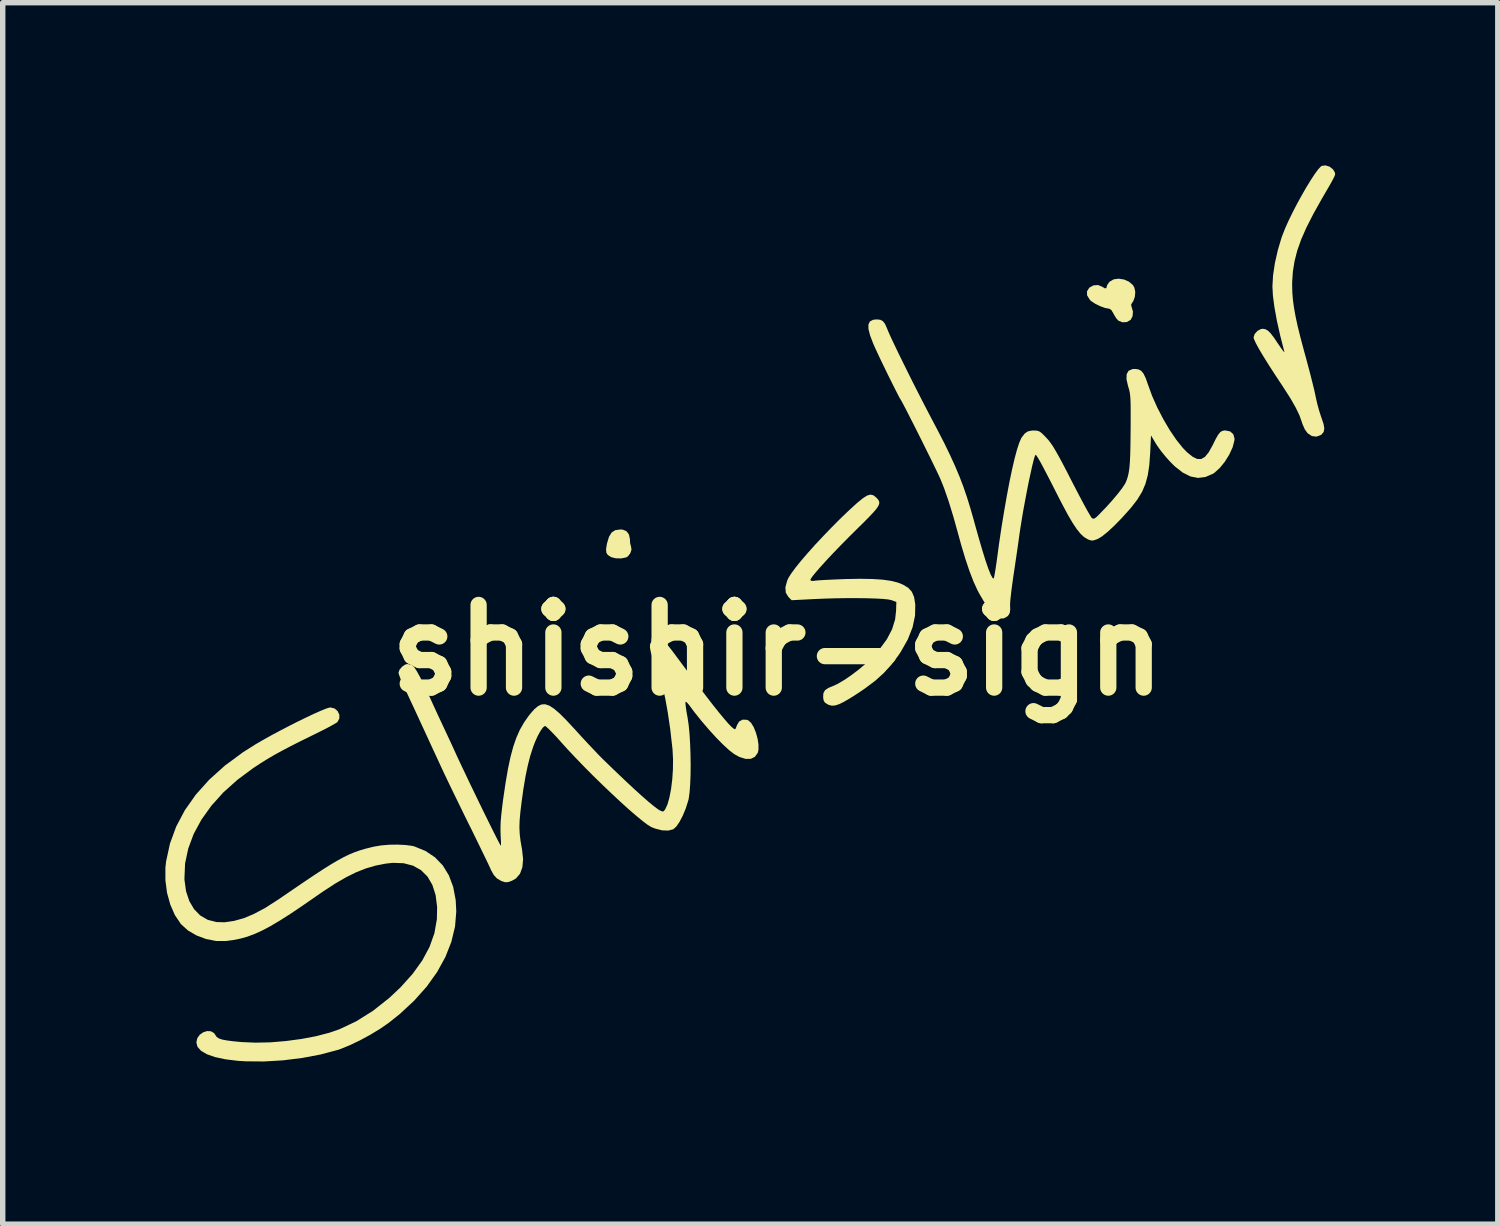
<source format=kicad_pcb>
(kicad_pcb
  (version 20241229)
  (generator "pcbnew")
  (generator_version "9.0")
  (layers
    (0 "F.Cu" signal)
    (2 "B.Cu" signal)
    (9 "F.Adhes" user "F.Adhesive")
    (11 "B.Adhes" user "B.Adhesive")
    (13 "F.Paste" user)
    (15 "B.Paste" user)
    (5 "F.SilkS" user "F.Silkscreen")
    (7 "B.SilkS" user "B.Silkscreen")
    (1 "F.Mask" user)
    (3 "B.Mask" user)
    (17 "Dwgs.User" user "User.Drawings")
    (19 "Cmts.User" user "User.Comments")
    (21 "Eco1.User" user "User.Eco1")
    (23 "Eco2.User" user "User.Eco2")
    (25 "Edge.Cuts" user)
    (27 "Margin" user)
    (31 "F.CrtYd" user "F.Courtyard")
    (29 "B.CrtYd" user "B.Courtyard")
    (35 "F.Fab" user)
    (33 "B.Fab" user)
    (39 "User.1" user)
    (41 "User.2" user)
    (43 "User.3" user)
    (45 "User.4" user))
  (footprint "shishir-sign"
    (layer "F.Cu")
    (at 11.291 8.94)
    (property "Reference" "shishir-sign" (at 0 0 0) (layer "F.SilkS") (effects (font (size 1.524 1.524) (thickness 0.3))))
    (attr board_only exclude_from_pos_files exclude_from_bom)
    (fp_poly (pts (xy -2.86 -2.224) (xy -2.79 -2.196) (xy -2.743 -2.134) (xy -2.725 -2.05) (xy -2.725 -2.044) (xy -2.721 -1.974) (xy -2.707 -1.919) (xy -2.705 -1.914) (xy -2.696 -1.855) (xy -2.718 -1.788) (xy -2.761 -1.732) (xy -2.795 -1.711) (xy -2.883 -1.693) (xy -2.981 -1.694) (xy -3.065 -1.714) (xy -3.077 -1.72) (xy -3.132 -1.755) (xy -3.16 -1.799) (xy -3.165 -1.863) (xy -3.15 -1.958) (xy -3.147 -1.971) (xy -3.111 -2.091) (xy -3.063 -2.17) (xy -2.997 -2.213) (xy -2.907 -2.226)) (stroke (width 0) (type solid)) (fill yes) (layer "F.SilkS"))
    (fp_poly (pts (xy 6.385 -6.836) (xy 6.476 -6.797) (xy 6.548 -6.736) (xy 6.577 -6.688) (xy 6.594 -6.605) (xy 6.585 -6.513) (xy 6.556 -6.434) (xy 6.54 -6.413) (xy 6.516 -6.369) (xy 6.528 -6.325) (xy 6.551 -6.244) (xy 6.544 -6.16) (xy 6.509 -6.092) (xy 6.506 -6.09) (xy 6.438 -6.051) (xy 6.357 -6.047) (xy 6.284 -6.076) (xy 6.245 -6.118) (xy 6.205 -6.182) (xy 6.194 -6.204) (xy 6.155 -6.27) (xy 6.115 -6.298) (xy 6.11 -6.298) (xy 6.036 -6.311) (xy 5.944 -6.345) (xy 5.853 -6.39) (xy 5.779 -6.439) (xy 5.755 -6.463) (xy 5.706 -6.543) (xy 5.703 -6.616) (xy 5.745 -6.683) (xy 5.749 -6.687) (xy 5.823 -6.728) (xy 5.907 -6.734) (xy 5.983 -6.703) (xy 5.984 -6.702) (xy 6.035 -6.672) (xy 6.062 -6.679) (xy 6.066 -6.704) (xy 6.082 -6.744) (xy 6.119 -6.793) (xy 6.123 -6.797) (xy 6.196 -6.839) (xy 6.287 -6.851)) (stroke (width 0) (type solid)) (fill yes) (layer "F.SilkS"))
    (fp_poly (pts (xy 10.178 -8.916) (xy 10.24 -8.867) (xy 10.262 -8.832) (xy 10.272 -8.812) (xy 10.278 -8.795) (xy 10.279 -8.775) (xy 10.271 -8.748) (xy 10.252 -8.707) (xy 10.22 -8.647) (xy 10.173 -8.563) (xy 10.107 -8.45) (xy 10.027 -8.312) (xy 9.875 -8.04) (xy 9.751 -7.797) (xy 9.654 -7.576) (xy 9.581 -7.37) (xy 9.531 -7.174) (xy 9.5 -6.981) (xy 9.487 -6.785) (xy 9.487 -6.726) (xy 9.49 -6.595) (xy 9.501 -6.46) (xy 9.521 -6.315) (xy 9.55 -6.153) (xy 9.59 -5.968) (xy 9.643 -5.755) (xy 9.709 -5.507) (xy 9.737 -5.406) (xy 9.781 -5.242) (xy 9.824 -5.08) (xy 9.862 -4.928) (xy 9.894 -4.798) (xy 9.916 -4.698) (xy 9.922 -4.667) (xy 9.949 -4.546) (xy 9.985 -4.415) (xy 10.022 -4.301) (xy 10.027 -4.287) (xy 10.066 -4.171) (xy 10.08 -4.087) (xy 10.068 -4.025) (xy 10.03 -3.979) (xy 10.018 -3.97) (xy 9.935 -3.938) (xy 9.85 -3.949) (xy 9.771 -4.002) (xy 9.72 -4.073) (xy 9.677 -4.17) (xy 9.666 -4.205) (xy 9.621 -4.332) (xy 9.551 -4.477) (xy 9.455 -4.645) (xy 9.329 -4.841) (xy 9.323 -4.851) (xy 9.182 -5.064) (xy 9.059 -5.254) (xy 8.956 -5.419) (xy 8.875 -5.555) (xy 8.817 -5.662) (xy 8.784 -5.735) (xy 8.775 -5.768) (xy 8.796 -5.831) (xy 8.846 -5.887) (xy 8.91 -5.922) (xy 8.942 -5.927) (xy 8.991 -5.92) (xy 9.037 -5.895) (xy 9.088 -5.846) (xy 9.149 -5.767) (xy 9.217 -5.666) (xy 9.272 -5.585) (xy 9.314 -5.527) (xy 9.339 -5.497) (xy 9.344 -5.499) (xy 9.267 -5.8) (xy 9.205 -6.077) (xy 9.16 -6.325) (xy 9.132 -6.539) (xy 9.123 -6.71) (xy 9.135 -6.914) (xy 9.169 -7.141) (xy 9.223 -7.379) (xy 9.293 -7.613) (xy 9.311 -7.661) (xy 9.36 -7.785) (xy 9.423 -7.925) (xy 9.497 -8.077) (xy 9.578 -8.233) (xy 9.663 -8.387) (xy 9.747 -8.534) (xy 9.828 -8.666) (xy 9.902 -8.779) (xy 9.965 -8.865) (xy 10.014 -8.918) (xy 10.032 -8.931) (xy 10.103 -8.94)) (stroke (width 0) (type solid)) (fill yes) (layer "F.SilkS"))
    (fp_poly (pts (xy 1.764 -2.857) (xy 1.816 -2.816) (xy 1.819 -2.814) (xy 1.851 -2.779) (xy 1.87 -2.746) (xy 1.874 -2.71) (xy 1.86 -2.668) (xy 1.826 -2.614) (xy 1.768 -2.545) (xy 1.684 -2.456) (xy 1.572 -2.343) (xy 1.456 -2.229) (xy 1.307 -2.081) (xy 1.162 -1.934) (xy 1.027 -1.794) (xy 0.904 -1.663) (xy 0.797 -1.545) (xy 0.71 -1.446) (xy 0.646 -1.368) (xy 0.61 -1.315) (xy 0.602 -1.296) (xy 0.618 -1.278) (xy 0.671 -1.279) (xy 0.689 -1.282) (xy 0.738 -1.287) (xy 0.826 -1.293) (xy 0.942 -1.299) (xy 1.078 -1.305) (xy 1.227 -1.311) (xy 1.251 -1.312) (xy 1.518 -1.317) (xy 1.744 -1.313) (xy 1.932 -1.301) (xy 2.088 -1.279) (xy 2.216 -1.247) (xy 2.31 -1.209) (xy 2.408 -1.15) (xy 2.474 -1.077) (xy 2.515 -0.981) (xy 2.536 -0.851) (xy 2.537 -0.843) (xy 2.533 -0.638) (xy 2.487 -0.422) (xy 2.399 -0.198) (xy 2.27 0.029) (xy 2.224 0.098) (xy 2.095 0.269) (xy 1.956 0.421) (xy 1.8 0.562) (xy 1.614 0.702) (xy 1.482 0.792) (xy 1.336 0.885) (xy 1.221 0.952) (xy 1.131 0.996) (xy 1.059 1.019) (xy 1 1.023) (xy 0.946 1.01) (xy 0.922 0.999) (xy 0.87 0.966) (xy 0.846 0.923) (xy 0.838 0.867) (xy 0.843 0.792) (xy 0.873 0.737) (xy 0.938 0.694) (xy 1.007 0.666) (xy 1.106 0.621) (xy 1.228 0.549) (xy 1.361 0.458) (xy 1.497 0.355) (xy 1.625 0.246) (xy 1.694 0.18) (xy 1.875 -0.015) (xy 2.013 -0.202) (xy 2.109 -0.385) (xy 2.165 -0.566) (xy 2.183 -0.724) (xy 2.188 -0.89) (xy 2.095 -0.924) (xy 2.037 -0.936) (xy 1.939 -0.946) (xy 1.807 -0.953) (xy 1.647 -0.958) (xy 1.466 -0.96) (xy 1.269 -0.96) (xy 1.063 -0.957) (xy 0.855 -0.951) (xy 0.649 -0.942) (xy 0.632 -0.941) (xy 0.257 -0.922) (xy 0.198 -0.981) (xy 0.149 -1.061) (xy 0.142 -1.161) (xy 0.175 -1.282) (xy 0.199 -1.335) (xy 0.249 -1.414) (xy 0.327 -1.52) (xy 0.43 -1.648) (xy 0.553 -1.791) (xy 0.691 -1.945) (xy 0.84 -2.104) (xy 0.994 -2.264) (xy 1.149 -2.42) (xy 1.3 -2.565) (xy 1.443 -2.696) (xy 1.472 -2.722) (xy 1.572 -2.803) (xy 1.649 -2.852) (xy 1.711 -2.869)) (stroke (width 0) (type solid)) (fill yes) (layer "F.SilkS"))
    (fp_poly (pts (xy -8.172 1.074) (xy -8.116 1.122) (xy -8.084 1.187) (xy -8.083 1.258) (xy -8.117 1.322) (xy -8.125 1.33) (xy -8.16 1.352) (xy -8.229 1.391) (xy -8.324 1.442) (xy -8.439 1.5) (xy -8.562 1.561) (xy -8.786 1.671) (xy -8.976 1.767) (xy -9.138 1.852) (xy -9.28 1.93) (xy -9.41 2.006) (xy -9.535 2.084) (xy -9.664 2.169) (xy -9.668 2.171) (xy -9.963 2.39) (xy -10.223 2.623) (xy -10.444 2.869) (xy -10.627 3.125) (xy -10.77 3.389) (xy -10.87 3.659) (xy -10.928 3.932) (xy -10.94 4.206) (xy -10.939 4.237) (xy -10.91 4.446) (xy -10.85 4.626) (xy -10.762 4.776) (xy -10.648 4.892) (xy -10.51 4.972) (xy -10.35 5.013) (xy -10.199 5.017) (xy -10.022 4.991) (xy -9.843 4.941) (xy -9.656 4.862) (xy -9.453 4.754) (xy -9.23 4.611) (xy -9.192 4.586) (xy -8.941 4.414) (xy -8.723 4.266) (xy -8.535 4.14) (xy -8.373 4.034) (xy -8.232 3.946) (xy -8.109 3.874) (xy -8 3.814) (xy -7.9 3.766) (xy -7.806 3.727) (xy -7.713 3.694) (xy -7.617 3.665) (xy -7.515 3.639) (xy -7.444 3.622) (xy -7.314 3.6) (xy -7.165 3.587) (xy -7.01 3.585) (xy -6.864 3.592) (xy -6.742 3.608) (xy -6.701 3.618) (xy -6.495 3.702) (xy -6.319 3.82) (xy -6.175 3.97) (xy -6.063 4.153) (xy -5.984 4.365) (xy -5.938 4.606) (xy -5.927 4.817) (xy -5.95 5.097) (xy -6.018 5.378) (xy -6.128 5.658) (xy -6.28 5.934) (xy -6.472 6.203) (xy -6.703 6.462) (xy -6.97 6.71) (xy -7.175 6.873) (xy -7.334 6.983) (xy -7.516 7.093) (xy -7.706 7.196) (xy -7.893 7.285) (xy -8.062 7.354) (xy -8.116 7.372) (xy -8.428 7.455) (xy -8.767 7.519) (xy -9.121 7.563) (xy -9.473 7.584) (xy -9.809 7.581) (xy -9.956 7.572) (xy -10.185 7.544) (xy -10.375 7.503) (xy -10.525 7.451) (xy -10.633 7.388) (xy -10.699 7.314) (xy -10.72 7.232) (xy -10.703 7.154) (xy -10.657 7.091) (xy -10.593 7.046) (xy -10.521 7.023) (xy -10.451 7.027) (xy -10.393 7.061) (xy -10.369 7.097) (xy -10.346 7.131) (xy -10.307 7.158) (xy -10.247 7.179) (xy -10.159 7.196) (xy -10.036 7.212) (xy -9.887 7.226) (xy -9.63 7.237) (xy -9.353 7.231) (xy -9.067 7.207) (xy -8.783 7.169) (xy -8.513 7.118) (xy -8.267 7.054) (xy -8.087 6.992) (xy -7.773 6.844) (xy -7.465 6.651) (xy -7.167 6.416) (xy -6.957 6.219) (xy -6.733 5.97) (xy -6.554 5.721) (xy -6.42 5.471) (xy -6.33 5.218) (xy -6.285 4.961) (xy -6.28 4.737) (xy -6.308 4.516) (xy -6.368 4.328) (xy -6.458 4.174) (xy -6.577 4.056) (xy -6.725 3.973) (xy -6.899 3.928) (xy -7.099 3.921) (xy -7.232 3.936) (xy -7.415 3.972) (xy -7.593 4.024) (xy -7.771 4.094) (xy -7.957 4.186) (xy -8.159 4.303) (xy -8.382 4.448) (xy -8.509 4.536) (xy -8.762 4.711) (xy -8.983 4.86) (xy -9.178 4.984) (xy -9.35 5.086) (xy -9.505 5.168) (xy -9.647 5.233) (xy -9.781 5.283) (xy -9.911 5.319) (xy -10.043 5.345) (xy -10.177 5.363) (xy -10.357 5.362) (xy -10.541 5.326) (xy -10.717 5.26) (xy -10.874 5.169) (xy -10.999 5.056) (xy -11.006 5.048) (xy -11.116 4.885) (xy -11.201 4.69) (xy -11.261 4.473) (xy -11.291 4.243) (xy -11.291 4.01) (xy -11.278 3.894) (xy -11.207 3.567) (xy -11.092 3.252) (xy -10.932 2.95) (xy -10.729 2.662) (xy -10.483 2.388) (xy -10.194 2.128) (xy -9.862 1.883) (xy -9.633 1.738) (xy -9.494 1.657) (xy -9.34 1.571) (xy -9.177 1.484) (xy -9.01 1.397) (xy -8.846 1.314) (xy -8.69 1.238) (xy -8.548 1.171) (xy -8.426 1.117) (xy -8.33 1.078) (xy -8.265 1.058) (xy -8.248 1.056)) (stroke (width 0) (type solid)) (fill yes) (layer "F.SilkS"))
    (fp_poly (pts (xy -2.154 -0.202) (xy -2.088 -0.166) (xy -2.087 -0.166) (xy -2.057 -0.131) (xy -2.007 -0.067) (xy -1.943 0.015) (xy -1.875 0.106) (xy -1.667 0.386) (xy -1.484 0.63) (xy -1.326 0.839) (xy -1.19 1.015) (xy -1.075 1.159) (xy -0.981 1.272) (xy -0.906 1.358) (xy -0.849 1.416) (xy -0.809 1.449) (xy -0.786 1.458) (xy -0.772 1.439) (xy -0.754 1.391) (xy -0.752 1.384) (xy -0.71 1.314) (xy -0.645 1.28) (xy -0.566 1.284) (xy -0.544 1.293) (xy -0.492 1.338) (xy -0.443 1.417) (xy -0.402 1.519) (xy -0.371 1.631) (xy -0.354 1.742) (xy -0.355 1.839) (xy -0.368 1.893) (xy -0.42 1.966) (xy -0.496 2.003) (xy -0.593 2.004) (xy -0.705 1.969) (xy -0.801 1.916) (xy -0.895 1.844) (xy -1.008 1.74) (xy -1.135 1.611) (xy -1.27 1.463) (xy -1.407 1.303) (xy -1.539 1.138) (xy -1.636 1.007) (xy -1.672 0.966) (xy -1.697 0.95) (xy -1.7 0.951) (xy -1.701 0.978) (xy -1.695 1.041) (xy -1.682 1.131) (xy -1.663 1.238) (xy -1.662 1.241) (xy -1.642 1.377) (xy -1.626 1.541) (xy -1.615 1.725) (xy -1.608 1.918) (xy -1.605 2.114) (xy -1.607 2.303) (xy -1.614 2.475) (xy -1.625 2.623) (xy -1.641 2.738) (xy -1.651 2.778) (xy -1.696 2.92) (xy -1.751 3.052) (xy -1.81 3.165) (xy -1.869 3.251) (xy -1.923 3.3) (xy -1.926 3.302) (xy -2.017 3.326) (xy -2.131 3.322) (xy -2.257 3.29) (xy -2.331 3.261) (xy -2.398 3.22) (xy -2.492 3.149) (xy -2.61 3.052) (xy -2.747 2.934) (xy -2.898 2.797) (xy -3.06 2.646) (xy -3.228 2.486) (xy -3.399 2.319) (xy -3.567 2.15) (xy -3.729 1.982) (xy -3.881 1.821) (xy -3.994 1.695) (xy -4.083 1.596) (xy -4.163 1.512) (xy -4.228 1.447) (xy -4.274 1.406) (xy -4.292 1.396) (xy -4.331 1.427) (xy -4.378 1.495) (xy -4.429 1.589) (xy -4.48 1.704) (xy -4.51 1.784) (xy -4.563 1.949) (xy -4.609 2.128) (xy -4.651 2.33) (xy -4.69 2.563) (xy -4.724 2.81) (xy -4.746 2.992) (xy -4.759 3.141) (xy -4.763 3.27) (xy -4.757 3.392) (xy -4.742 3.518) (xy -4.717 3.662) (xy -4.714 3.677) (xy -4.695 3.853) (xy -4.708 4.002) (xy -4.752 4.122) (xy -4.828 4.21) (xy -4.9 4.251) (xy -4.97 4.276) (xy -5.025 4.279) (xy -5.088 4.259) (xy -5.105 4.251) (xy -5.178 4.208) (xy -5.235 4.146) (xy -5.287 4.053) (xy -5.303 4.016) (xy -5.325 3.968) (xy -5.365 3.884) (xy -5.42 3.771) (xy -5.487 3.633) (xy -5.563 3.477) (xy -5.645 3.309) (xy -5.702 3.195) (xy -5.794 3.008) (xy -5.887 2.817) (xy -5.978 2.631) (xy -6.062 2.457) (xy -6.135 2.304) (xy -6.193 2.181) (xy -6.211 2.142) (xy -6.276 2.001) (xy -6.354 1.833) (xy -6.436 1.655) (xy -6.515 1.483) (xy -6.564 1.378) (xy -6.633 1.228) (xy -6.705 1.072) (xy -6.775 0.923) (xy -6.835 0.793) (xy -6.874 0.71) (xy -6.921 0.608) (xy -6.959 0.518) (xy -6.984 0.449) (xy -6.993 0.414) (xy -6.974 0.36) (xy -6.927 0.305) (xy -6.87 0.265) (xy -6.83 0.255) (xy -6.768 0.266) (xy -6.736 0.279) (xy -6.702 0.314) (xy -6.653 0.39) (xy -6.59 0.505) (xy -6.514 0.658) (xy -6.426 0.846) (xy -6.383 0.94) (xy -6.327 1.062) (xy -6.262 1.204) (xy -6.196 1.345) (xy -6.159 1.424) (xy -6.099 1.552) (xy -6.033 1.693) (xy -5.972 1.826) (xy -5.939 1.899) (xy -5.889 2.007) (xy -5.827 2.139) (xy -5.756 2.288) (xy -5.679 2.451) (xy -5.597 2.62) (xy -5.514 2.792) (xy -5.432 2.961) (xy -5.353 3.121) (xy -5.281 3.267) (xy -5.218 3.393) (xy -5.166 3.496) (xy -5.128 3.568) (xy -5.107 3.605) (xy -5.105 3.608) (xy -5.103 3.591) (xy -5.103 3.536) (xy -5.107 3.455) (xy -5.11 3.4) (xy -5.112 3.292) (xy -5.109 3.172) (xy -5.097 3.032) (xy -5.077 2.861) (xy -5.062 2.744) (xy -5.018 2.446) (xy -4.974 2.189) (xy -4.927 1.968) (xy -4.876 1.778) (xy -4.819 1.613) (xy -4.754 1.467) (xy -4.68 1.337) (xy -4.596 1.216) (xy -4.558 1.168) (xy -4.486 1.087) (xy -4.419 1.031) (xy -4.354 1) (xy -4.286 0.997) (xy -4.21 1.023) (xy -4.124 1.079) (xy -4.022 1.166) (xy -3.9 1.288) (xy -3.755 1.444) (xy -3.731 1.47) (xy -3.619 1.593) (xy -3.506 1.715) (xy -3.399 1.828) (xy -3.307 1.925) (xy -3.236 1.997) (xy -3.23 2.003) (xy -3.024 2.203) (xy -2.833 2.385) (xy -2.661 2.546) (xy -2.509 2.684) (xy -2.381 2.796) (xy -2.278 2.881) (xy -2.203 2.936) (xy -2.177 2.952) (xy -2.129 2.974) (xy -2.101 2.969) (xy -2.075 2.935) (xy -2.032 2.843) (xy -1.996 2.714) (xy -1.966 2.557) (xy -1.944 2.381) (xy -1.932 2.197) (xy -1.93 2.012) (xy -1.939 1.836) (xy -1.942 1.805) (xy -1.982 1.455) (xy -2.027 1.149) (xy -2.075 0.882) (xy -2.128 0.651) (xy -2.186 0.453) (xy -2.239 0.313) (xy -2.3 0.159) (xy -2.339 0.04) (xy -2.356 -0.049) (xy -2.353 -0.112) (xy -2.33 -0.156) (xy -2.312 -0.171) (xy -2.234 -0.203)) (stroke (width 0) (type solid)) (fill yes) (layer "F.SilkS"))
    (fp_poly (pts (xy 1.892 -6.093) (xy 1.94 -6.068) (xy 1.98 -6.015) (xy 2.019 -5.927) (xy 2.028 -5.904) (xy 2.054 -5.843) (xy 2.098 -5.746) (xy 2.158 -5.62) (xy 2.229 -5.472) (xy 2.31 -5.307) (xy 2.397 -5.131) (xy 2.487 -4.95) (xy 2.578 -4.771) (xy 2.665 -4.6) (xy 2.747 -4.442) (xy 2.806 -4.329) (xy 2.951 -4.053) (xy 3.076 -3.81) (xy 3.182 -3.591) (xy 3.273 -3.391) (xy 3.353 -3.201) (xy 3.424 -3.015) (xy 3.489 -2.825) (xy 3.551 -2.625) (xy 3.614 -2.406) (xy 3.624 -2.367) (xy 3.704 -2.082) (xy 3.774 -1.842) (xy 3.834 -1.648) (xy 3.886 -1.498) (xy 3.928 -1.394) (xy 3.961 -1.334) (xy 3.981 -1.32) (xy 3.989 -1.341) (xy 4.001 -1.401) (xy 4.016 -1.489) (xy 4.032 -1.599) (xy 4.038 -1.638) (xy 4.082 -1.965) (xy 4.129 -2.279) (xy 4.178 -2.577) (xy 4.227 -2.855) (xy 4.275 -3.11) (xy 4.323 -3.338) (xy 4.369 -3.536) (xy 4.413 -3.699) (xy 4.454 -3.825) (xy 4.491 -3.909) (xy 4.501 -3.925) (xy 4.557 -3.997) (xy 4.613 -4.035) (xy 4.685 -4.05) (xy 4.723 -4.051) (xy 4.777 -4.049) (xy 4.82 -4.037) (xy 4.863 -4.008) (xy 4.919 -3.954) (xy 4.954 -3.917) (xy 4.995 -3.872) (xy 5.035 -3.819) (xy 5.079 -3.755) (xy 5.128 -3.672) (xy 5.187 -3.568) (xy 5.258 -3.436) (xy 5.344 -3.271) (xy 5.415 -3.131) (xy 5.499 -2.969) (xy 5.577 -2.82) (xy 5.647 -2.688) (xy 5.707 -2.579) (xy 5.753 -2.499) (xy 5.782 -2.451) (xy 5.789 -2.442) (xy 5.813 -2.425) (xy 5.838 -2.427) (xy 5.873 -2.451) (xy 5.928 -2.504) (xy 5.94 -2.517) (xy 6.063 -2.644) (xy 6.176 -2.77) (xy 6.274 -2.887) (xy 6.352 -2.988) (xy 6.404 -3.067) (xy 6.417 -3.092) (xy 6.441 -3.152) (xy 6.46 -3.215) (xy 6.475 -3.287) (xy 6.487 -3.374) (xy 6.495 -3.482) (xy 6.501 -3.616) (xy 6.505 -3.783) (xy 6.507 -3.989) (xy 6.508 -4.065) (xy 6.509 -4.257) (xy 6.509 -4.41) (xy 6.508 -4.528) (xy 6.505 -4.62) (xy 6.5 -4.691) (xy 6.493 -4.748) (xy 6.482 -4.797) (xy 6.469 -4.844) (xy 6.461 -4.869) (xy 6.432 -4.996) (xy 6.435 -5.09) (xy 6.47 -5.152) (xy 6.539 -5.183) (xy 6.584 -5.187) (xy 6.65 -5.179) (xy 6.702 -5.153) (xy 6.746 -5.1) (xy 6.787 -5.015) (xy 6.828 -4.899) (xy 6.904 -4.69) (xy 7 -4.474) (xy 7.11 -4.262) (xy 7.228 -4.061) (xy 7.35 -3.881) (xy 7.47 -3.731) (xy 7.549 -3.65) (xy 7.649 -3.569) (xy 7.734 -3.527) (xy 7.809 -3.525) (xy 7.879 -3.565) (xy 7.947 -3.648) (xy 8.018 -3.775) (xy 8.027 -3.793) (xy 8.081 -3.902) (xy 8.124 -3.976) (xy 8.161 -4.021) (xy 8.198 -4.044) (xy 8.241 -4.052) (xy 8.258 -4.052) (xy 8.345 -4.034) (xy 8.402 -3.982) (xy 8.424 -3.903) (xy 8.421 -3.864) (xy 8.389 -3.741) (xy 8.327 -3.607) (xy 8.245 -3.475) (xy 8.151 -3.359) (xy 8.054 -3.272) (xy 8.025 -3.253) (xy 7.888 -3.194) (xy 7.751 -3.177) (xy 7.612 -3.204) (xy 7.47 -3.275) (xy 7.323 -3.39) (xy 7.24 -3.472) (xy 7.155 -3.567) (xy 7.071 -3.67) (xy 7.001 -3.767) (xy 6.977 -3.805) (xy 6.884 -3.96) (xy 6.869 -3.641) (xy 6.853 -3.417) (xy 6.825 -3.229) (xy 6.781 -3.066) (xy 6.718 -2.919) (xy 6.632 -2.778) (xy 6.52 -2.633) (xy 6.488 -2.596) (xy 6.341 -2.433) (xy 6.205 -2.294) (xy 6.083 -2.181) (xy 5.981 -2.099) (xy 5.9 -2.051) (xy 5.89 -2.047) (xy 5.826 -2.025) (xy 5.78 -2.023) (xy 5.728 -2.041) (xy 5.707 -2.051) (xy 5.646 -2.089) (xy 5.583 -2.149) (xy 5.515 -2.233) (xy 5.439 -2.347) (xy 5.353 -2.493) (xy 5.255 -2.676) (xy 5.172 -2.836) (xy 5.062 -3.054) (xy 4.97 -3.232) (xy 4.896 -3.373) (xy 4.839 -3.479) (xy 4.797 -3.551) (xy 4.769 -3.592) (xy 4.755 -3.604) (xy 4.753 -3.603) (xy 4.739 -3.571) (xy 4.718 -3.499) (xy 4.692 -3.393) (xy 4.663 -3.261) (xy 4.63 -3.109) (xy 4.597 -2.942) (xy 4.564 -2.767) (xy 4.531 -2.59) (xy 4.502 -2.418) (xy 4.476 -2.257) (xy 4.457 -2.13) (xy 4.442 -2.02) (xy 4.422 -1.877) (xy 4.398 -1.715) (xy 4.373 -1.545) (xy 4.35 -1.393) (xy 4.329 -1.245) (xy 4.311 -1.108) (xy 4.297 -0.989) (xy 4.288 -0.898) (xy 4.285 -0.843) (xy 4.285 -0.838) (xy 4.288 -0.75) (xy 4.281 -0.693) (xy 4.261 -0.653) (xy 4.237 -0.625) (xy 4.17 -0.587) (xy 4.09 -0.583) (xy 4.019 -0.614) (xy 4.012 -0.619) (xy 3.95 -0.687) (xy 3.876 -0.786) (xy 3.798 -0.906) (xy 3.722 -1.035) (xy 3.684 -1.106) (xy 3.612 -1.263) (xy 3.536 -1.46) (xy 3.459 -1.69) (xy 3.382 -1.947) (xy 3.335 -2.119) (xy 3.242 -2.454) (xy 3.153 -2.744) (xy 3.068 -2.989) (xy 3.004 -3.149) (xy 2.975 -3.213) (xy 2.93 -3.308) (xy 2.872 -3.427) (xy 2.806 -3.563) (xy 2.732 -3.712) (xy 2.655 -3.868) (xy 2.577 -4.023) (xy 2.502 -4.172) (xy 2.432 -4.309) (xy 2.371 -4.429) (xy 2.321 -4.524) (xy 2.286 -4.59) (xy 2.269 -4.619) (xy 2.248 -4.653) (xy 2.212 -4.722) (xy 2.163 -4.818) (xy 2.105 -4.934) (xy 2.041 -5.062) (xy 1.976 -5.196) (xy 1.912 -5.328) (xy 1.854 -5.451) (xy 1.804 -5.558) (xy 1.767 -5.641) (xy 1.762 -5.652) (xy 1.704 -5.804) (xy 1.674 -5.921) (xy 1.673 -6.006) (xy 1.701 -6.063) (xy 1.759 -6.093) (xy 1.826 -6.1)) (stroke (width 0) (type solid)) (fill yes) (layer "F.SilkS")))
  (gr_rect
    (start -3 -3)
    (end 24.57 19.524)
    (stroke (width 0.1) (type default))
    (fill no)
    (layer "Edge.Cuts")))
</source>
